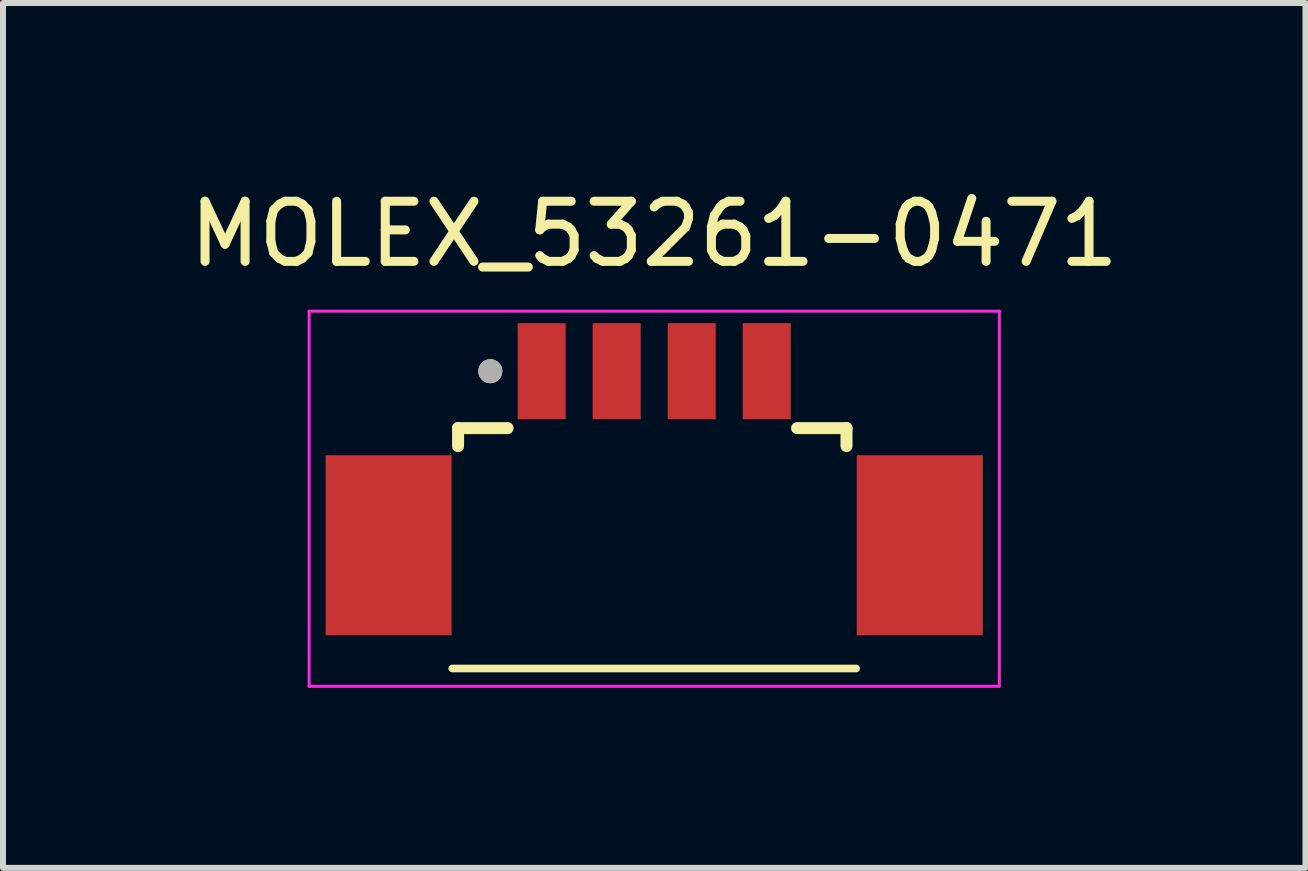
<source format=kicad_pcb>
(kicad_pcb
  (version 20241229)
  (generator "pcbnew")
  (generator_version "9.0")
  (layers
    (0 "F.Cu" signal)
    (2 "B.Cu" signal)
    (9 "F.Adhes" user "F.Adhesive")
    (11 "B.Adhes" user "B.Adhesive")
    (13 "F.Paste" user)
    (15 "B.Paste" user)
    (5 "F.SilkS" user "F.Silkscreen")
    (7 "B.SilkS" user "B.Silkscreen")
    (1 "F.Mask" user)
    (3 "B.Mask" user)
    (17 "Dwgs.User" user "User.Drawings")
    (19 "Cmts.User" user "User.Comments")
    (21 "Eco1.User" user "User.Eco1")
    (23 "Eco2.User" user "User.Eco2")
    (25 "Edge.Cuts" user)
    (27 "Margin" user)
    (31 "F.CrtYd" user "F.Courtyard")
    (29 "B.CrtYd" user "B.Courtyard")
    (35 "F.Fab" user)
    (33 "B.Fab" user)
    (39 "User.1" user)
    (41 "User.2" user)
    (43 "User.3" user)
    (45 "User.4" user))
  (footprint "MOLEX_53261-0471"
    (layer "F.Cu")
    (at 7.85 3.135)
    (property "Reference" "MOLEX_53261-0471" (at 0 -2.286 0) (layer "F.SilkS") (effects (font (size 1.001 1.001) (thickness 0.15))))
    (attr through_hole)
    (fp_line (start -3.268 0.948) (end -3.268 1.248) (stroke (width 0.2) (type solid)) (layer "F.SilkS"))
    (fp_line (start -3.268 0.948) (end -2.443 0.948) (stroke (width 0.2) (type solid)) (layer "F.SilkS"))
    (fp_line (start 3.204 0.948) (end 2.38 0.948) (stroke (width 0.2) (type solid)) (layer "F.SilkS"))
    (fp_line (start 3.204 0.948) (end 3.204 1.248) (stroke (width 0.2) (type solid)) (layer "F.SilkS"))
    (fp_line (start 3.365 4.953) (end -3.365 4.953) (stroke (width 0.127) (type solid)) (layer "F.SilkS"))
    (fp_circle (center -2.731 0) (end -2.631 0) (stroke (width 0.2) (type solid)) (fill no) (layer "F.SilkS"))
    (fp_line (start -5.75 -1) (end 5.75 -1) (stroke (width 0.05) (type solid)) (layer "F.CrtYd"))
    (fp_line (start -5.75 5.25) (end -5.75 -1) (stroke (width 0.05) (type solid)) (layer "F.CrtYd"))
    (fp_line (start 5.75 -1) (end 5.75 5.25) (stroke (width 0.05) (type solid)) (layer "F.CrtYd"))
    (fp_line (start 5.75 5.25) (end -5.75 5.25) (stroke (width 0.05) (type solid)) (layer "F.CrtYd"))
    (fp_circle (center -2.731 0) (end -2.631 0) (stroke (width 0.2) (type solid)) (fill no) (layer "F.Fab"))
    (pad "1" smd rect (at -1.875 0) (size 0.8 1.6) (layers "F.Cu" "F.Mask" "F.Paste"))
    (pad "2" smd rect (at -0.625 0) (size 0.8 1.6) (layers "F.Cu" "F.Mask" "F.Paste"))
    (pad "3" smd rect (at 0.625 0) (size 0.8 1.6) (layers "F.Cu" "F.Mask" "F.Paste"))
    (pad "4" smd rect (at 1.875 0) (size 0.8 1.6) (layers "F.Cu" "F.Mask" "F.Paste"))
    (pad "P1" smd rect (at -4.425 2.9) (size 2.1 3) (layers "F.Cu" "F.Mask" "F.Paste"))
    (pad "P2" smd rect (at 4.425 2.9) (size 2.1 3) (layers "F.Cu" "F.Mask" "F.Paste")))
  (gr_rect
    (start -3 -3)
    (end 18.701 11.41)
    (stroke (width 0.1) (type default))
    (fill no)
    (layer "Edge.Cuts")))
</source>
